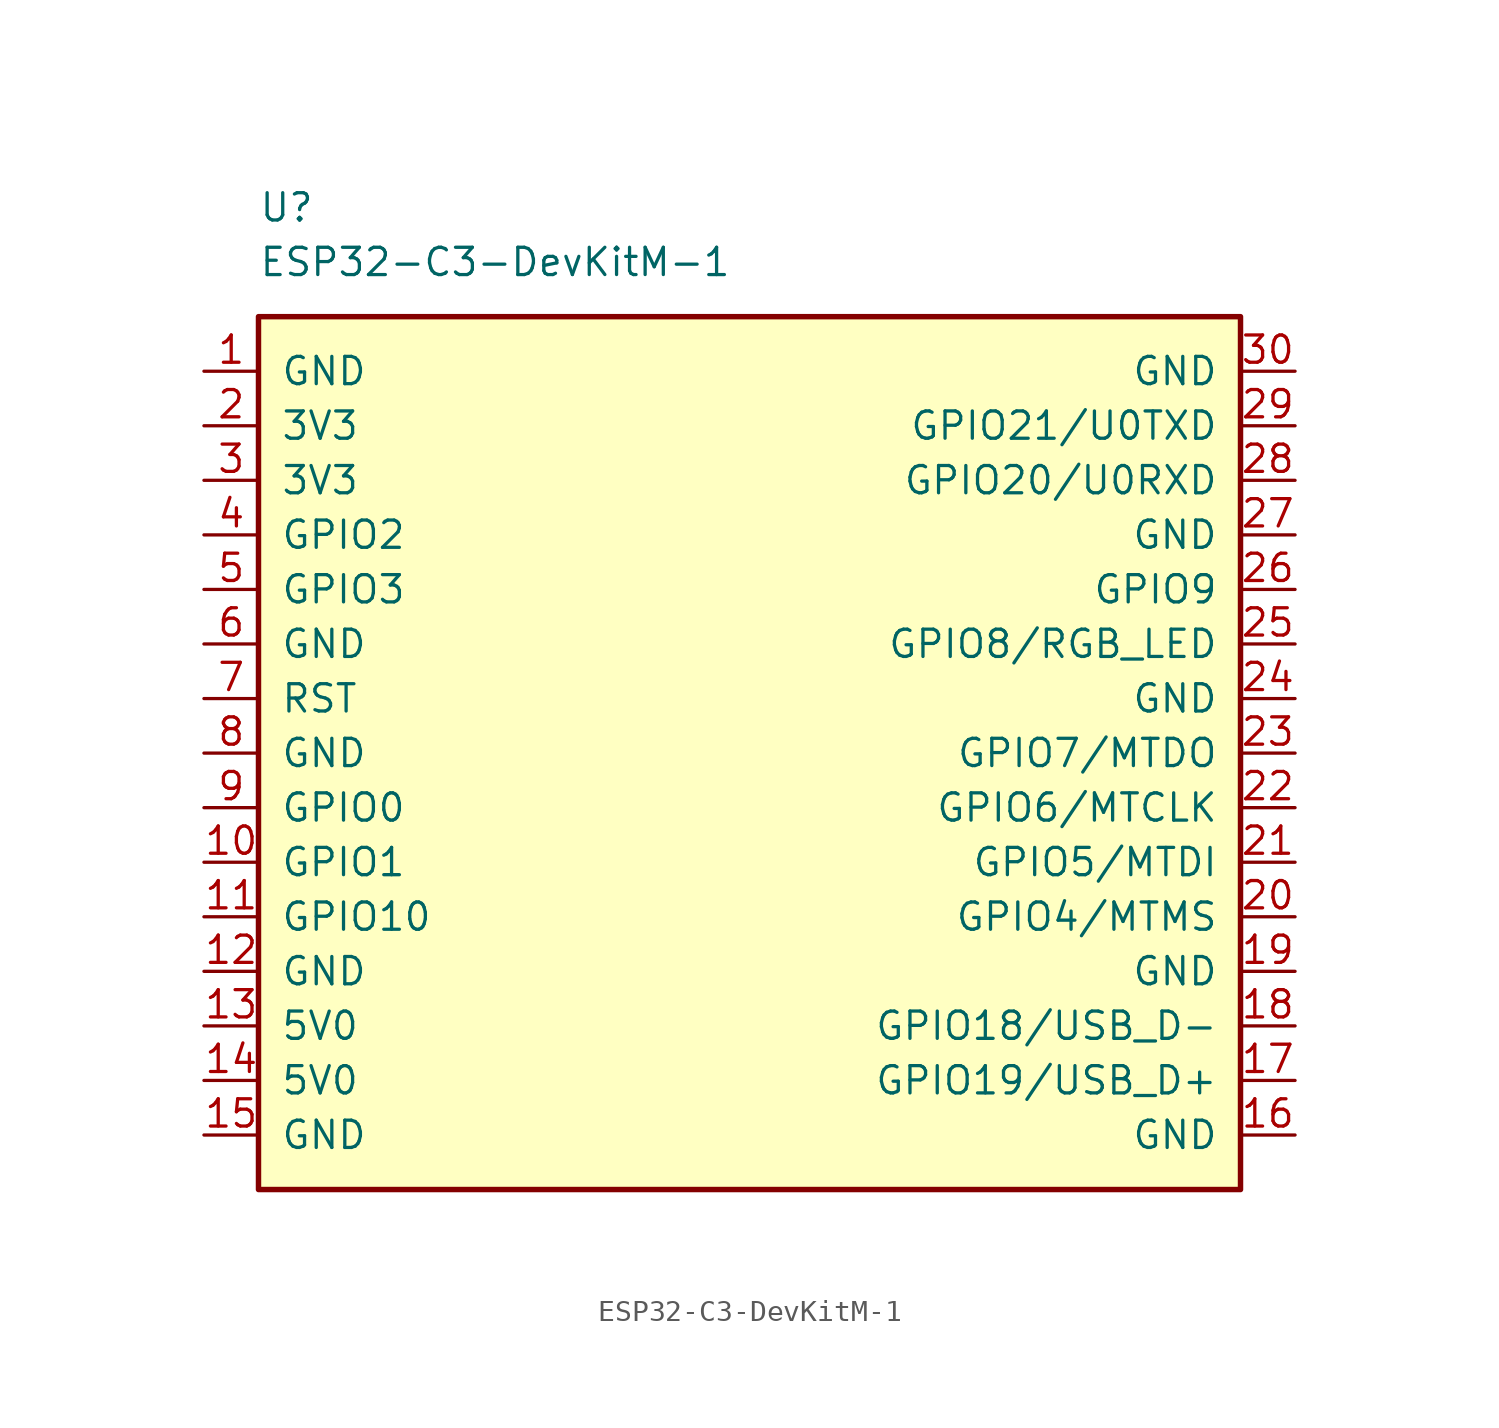
<source format=kicad_sym>
(kicad_symbol_lib
  (version 20220914)
  (generator kicad_symbol_editor)
  (symbol "ESP32-C3-DevKitM-1"
    (pin_names
      (offset 1.016))
    (property "Reference" "U"
      (at -22.86 25.4 0)
      (effects (font (size 1.27 1.27)) (justify left)))
    (property "Value" "ESP32-C3-DevKitM-1"
      (at -22.86 22.86 0)
      (effects (font (size 1.27 1.27)) (justify left)))
    (symbol "ESP32-C3-DevKitM-1_0_1"
      (rectangle (start -22.86 20.32) (end 22.86 -20.32) (stroke (width 0.254) (type default)) (fill (type background))))
    (symbol "ESP32-C3-DevKitM-1_1_0"
      (pin power_in line (at -25.4 -15.24 0) (length 2.54) (name "5V0" (effects (font (size 1.27 1.27)))) (number "14" (effects (font (size 1.27 1.27)))))
      (pin power_out line (at -25.4 15.24 0) (length 2.54) (name "3V3" (effects (font (size 1.27 1.27)))) (number "2" (effects (font (size 1.27 1.27))))))
    (symbol "ESP32-C3-DevKitM-1_1_1"
      (pin power_in line (at -25.4 17.78 0) (length 2.54) (name "GND" (effects (font (size 1.27 1.27)))) (number "1" (effects (font (size 1.27 1.27)))))
      (pin bidirectional line (at -25.4 -5.08 0) (length 2.54) (name "GPIO1" (effects (font (size 1.27 1.27)))) (number "10" (effects (font (size 1.27 1.27)))))
      (pin bidirectional line (at -25.4 -7.62 0) (length 2.54) (name "GPIO10" (effects (font (size 1.27 1.27)))) (number "11" (effects (font (size 1.27 1.27)))))
      (pin power_in line (at -25.4 -10.16 0) (length 2.54) (name "GND" (effects (font (size 1.27 1.27)))) (number "12" (effects (font (size 1.27 1.27)))) (alternate "GPIO2/ADC1_CH2" bidirectional line) (alternate "GPIO2/FSPIQ" bidirectional line) (alternate "GPIO2/LP_GPIO2" bidirectional line) (alternate "GPIO2/LP_UART_RTSN" bidirectional line))
      (pin power_in line (at -25.4 -12.7 0) (length 2.54) (name "5V0" (effects (font (size 1.27 1.27)))) (number "13" (effects (font (size 1.27 1.27)))) (alternate "GPIO3/ADC1_CH3" bidirectional line) (alternate "GPIO3/LP_GPIO3" bidirectional line) (alternate "GPIO3/LP_UART_CTSN" bidirectional line))
      (pin power_in line (at -25.4 -17.78 0) (length 2.54) (name "GND" (effects (font (size 1.27 1.27)))) (number "15" (effects (font (size 1.27 1.27)))))
      (pin power_in line (at 25.4 -17.78 180) (length 2.54) (name "GND" (effects (font (size 1.27 1.27)))) (number "16" (effects (font (size 1.27 1.27)))))
      (pin bidirectional line (at 25.4 -15.24 180) (length 2.54) (name "GPIO19/USB_D+" (effects (font (size 1.27 1.27)))) (number "17" (effects (font (size 1.27 1.27)))))
      (pin power_in line (at 25.4 -12.7 180) (length 2.54) (name "GPIO18/USB_D-" (effects (font (size 1.27 1.27)))) (number "18" (effects (font (size 1.27 1.27)))))
      (pin power_in line (at 25.4 -10.16 180) (length 2.54) (name "GND" (effects (font (size 1.27 1.27)))) (number "19" (effects (font (size 1.27 1.27)))) (alternate "GPIO12" bidirectional line))
      (pin bidirectional line (at 25.4 -7.62 180) (length 2.54) (name "GPIO4/MTMS" (effects (font (size 1.27 1.27)))) (number "20" (effects (font (size 1.27 1.27)))) (alternate "GPIO13" bidirectional line))
      (pin power_in line (at 25.4 -5.08 180) (length 2.54) (name "GPIO5/MTDI" (effects (font (size 1.27 1.27)))) (number "21" (effects (font (size 1.27 1.27)))))
      (pin bidirectional line (at 25.4 -2.54 180) (length 2.54) (name "GPIO6/MTCLK" (effects (font (size 1.27 1.27)))) (number "22" (effects (font (size 1.27 1.27)))))
      (pin bidirectional line (at 25.4 0 180) (length 2.54) (name "GPIO7/MTDO" (effects (font (size 1.27 1.27)))) (number "23" (effects (font (size 1.27 1.27)))) (alternate "GPIO18/FSPICS2" bidirectional line) (alternate "GPIO18/SDIO_CMD" bidirectional line))
      (pin power_in line (at 25.4 2.54 180) (length 2.54) (name "GND" (effects (font (size 1.27 1.27)))) (number "24" (effects (font (size 1.27 1.27)))) (alternate "GPIO19/FSPICS3" bidirectional line) (alternate "GPIO19/SDIO_CLK" bidirectional line))
      (pin bidirectional line (at 25.4 5.08 180) (length 2.54) (name "GPIO8/RGB_LED" (effects (font (size 1.27 1.27)))) (number "25" (effects (font (size 1.27 1.27)))) (alternate "GPIO20/FSPICS4" bidirectional line) (alternate "GPIO20/SDIO_DATA0" bidirectional line))
      (pin bidirectional line (at 25.4 7.62 180) (length 2.54) (name "GPIO9" (effects (font (size 1.27 1.27)))) (number "26" (effects (font (size 1.27 1.27)))) (alternate "GPIO21/FSPICS5" bidirectional line) (alternate "GPIO21/SDIO_DATA1" bidirectional line))
      (pin power_in line (at 25.4 10.16 180) (length 2.54) (name "GND" (effects (font (size 1.27 1.27)))) (number "27" (effects (font (size 1.27 1.27)))) (alternate "GPIO22/SDIO_DATA2" bidirectional line))
      (pin bidirectional line (at 25.4 12.7 180) (length 2.54) (name "GPIO20/U0RXD" (effects (font (size 1.27 1.27)))) (number "28" (effects (font (size 1.27 1.27)))) (alternate "GPIO23/SDIO_DATA3" bidirectional line))
      (pin bidirectional line (at 25.4 15.24 180) (length 2.54) (name "GPIO21/U0TXD" (effects (font (size 1.27 1.27)))) (number "29" (effects (font (size 1.27 1.27)))))
      (pin power_out line (at -25.4 12.7 0) (length 2.54) (name "3V3" (effects (font (size 1.27 1.27)))) (number "3" (effects (font (size 1.27 1.27)))) (alternate "GPIO4" bidirectional line) (alternate "GPIO4/ADC1_CH4" bidirectional line) (alternate "GPIO4/FSPIHD" bidirectional line) (alternate "GPIO4/LP_GPIO4" bidirectional line) (alternate "GPIO4/LP_UART_RXD" bidirectional line))
      (pin power_in line (at 25.4 17.78 180) (length 2.54) (name "GND" (effects (font (size 1.27 1.27)))) (number "30" (effects (font (size 1.27 1.27)))) (alternate "GPIO17" bidirectional line) (alternate "GPIO17/FSPICS1" bidirectional line))
      (pin bidirectional line (at -25.4 10.16 0) (length 2.54) (name "GPIO2" (effects (font (size 1.27 1.27)))) (number "4" (effects (font (size 1.27 1.27)))) (alternate "GPIO5" bidirectional line) (alternate "GPIO5/ADC1_CH5" bidirectional line) (alternate "GPIO5/FSPIWP" bidirectional line) (alternate "GPIO5/LP_GPIO5" bidirectional line) (alternate "GPIO5/LP_UART_TXD" bidirectional line))
      (pin bidirectional line (at -25.4 7.62 0) (length 2.54) (name "GPIO3" (effects (font (size 1.27 1.27)))) (number "5" (effects (font (size 1.27 1.27)))) (alternate "GPIO6/ADC1_CH6" bidirectional line) (alternate "GPIO6/FSPICLK" bidirectional line) (alternate "GPIO6/LP_GPIO6" bidirectional line) (alternate "GPIO6/LP_I2C_SDA" bidirectional line) (alternate "GPIO6/MTCK" bidirectional line))
      (pin power_in line (at -25.4 5.08 0) (length 2.54) (name "GND" (effects (font (size 1.27 1.27)))) (number "6" (effects (font (size 1.27 1.27)))))
      (pin input line (at -25.4 2.54 0) (length 2.54) (name "RST" (effects (font (size 1.27 1.27)))) (number "7" (effects (font (size 1.27 1.27)))) (alternate "GPIO0/ADC1_CH0" bidirectional line) (alternate "GPIO0/LP_GPIO0" bidirectional line) (alternate "GPIO0/LP_UART_DTRN" bidirectional line) (alternate "GPIO0/XTAL_32K_P" bidirectional line))
      (pin bidirectional line (at -25.4 0 0) (length 2.54) (name "GND" (effects (font (size 1.27 1.27)))) (number "8" (effects (font (size 1.27 1.27)))) (alternate "GPIO1/ADC1_CH1" bidirectional line) (alternate "GPIO1/LP_GPIO1" bidirectional line) (alternate "GPIO1/LP_UART_DSRN" bidirectional line) (alternate "GPIO1/XTAL_32K_N" bidirectional line))
      (pin bidirectional line (at -25.4 -2.54 0) (length 2.54) (name "GPIO0" (effects (font (size 1.27 1.27)))) (number "9" (effects (font (size 1.27 1.27))))))))
</source>
